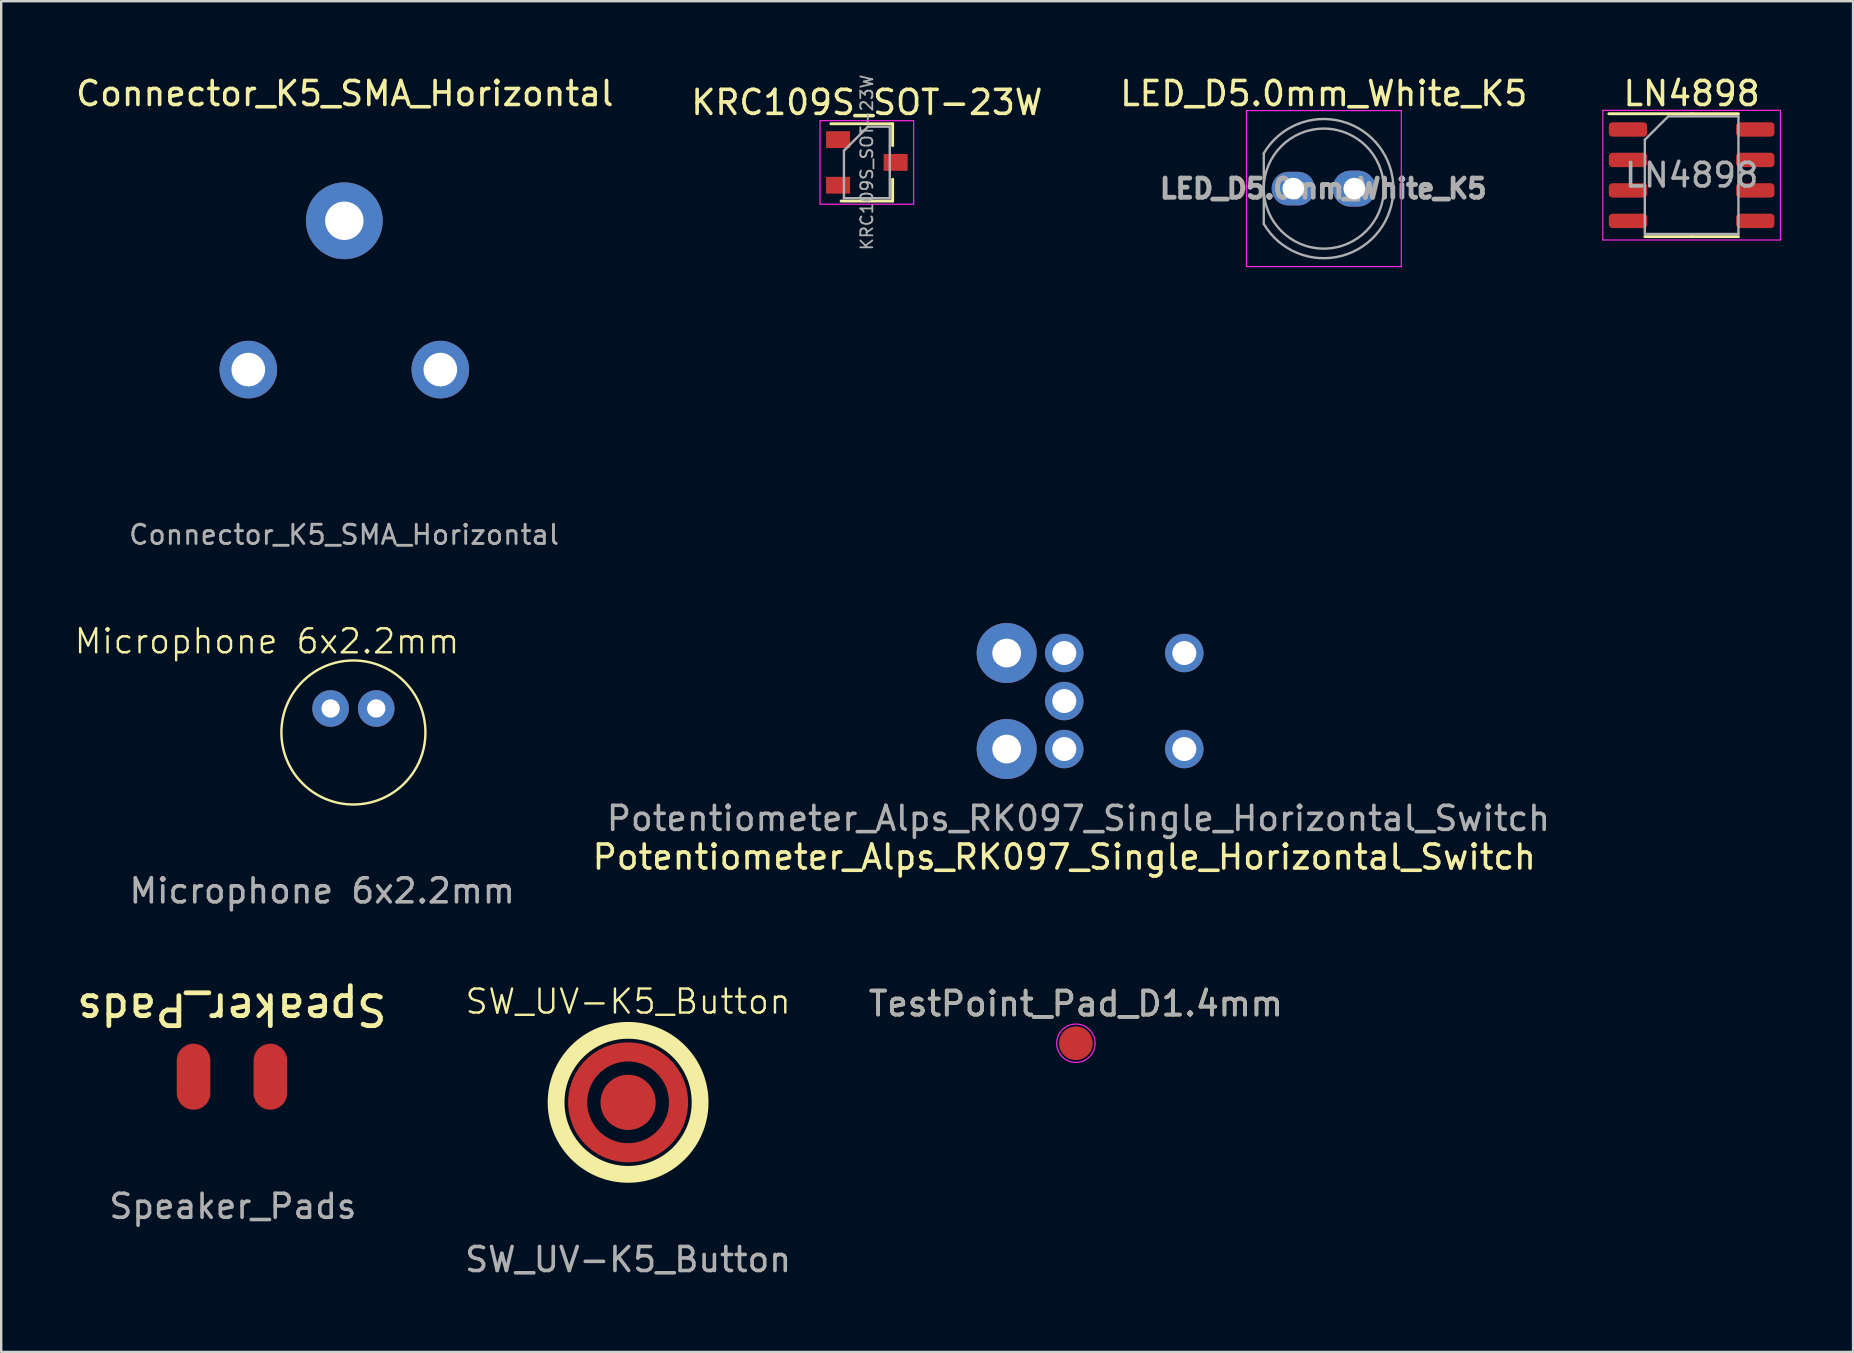
<source format=kicad_pcb>
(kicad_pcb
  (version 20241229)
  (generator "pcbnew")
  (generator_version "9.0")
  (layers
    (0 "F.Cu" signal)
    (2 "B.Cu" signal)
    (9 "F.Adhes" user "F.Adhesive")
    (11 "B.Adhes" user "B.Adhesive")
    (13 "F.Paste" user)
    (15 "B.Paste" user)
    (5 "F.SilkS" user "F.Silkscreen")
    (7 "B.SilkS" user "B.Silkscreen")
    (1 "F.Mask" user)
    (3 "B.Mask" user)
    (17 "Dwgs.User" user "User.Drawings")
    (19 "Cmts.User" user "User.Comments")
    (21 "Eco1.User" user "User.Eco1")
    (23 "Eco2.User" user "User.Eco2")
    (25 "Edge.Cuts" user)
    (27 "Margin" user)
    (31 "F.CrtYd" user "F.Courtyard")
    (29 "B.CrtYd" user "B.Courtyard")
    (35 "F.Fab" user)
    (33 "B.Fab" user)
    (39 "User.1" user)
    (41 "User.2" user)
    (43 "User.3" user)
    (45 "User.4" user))
  (footprint "Microphone 6x2.2mm"
    (layer "F.Cu")
    (at 11.674 27.467)
    (property "Reference" "Microphone 6x2.2mm" (at -3.6 -3.8 0) (unlocked yes) (layer "F.SilkS") (effects (font (size 1 1) (thickness 0.1))))
    (attr through_hole)
    (fp_circle (center 0 0) (end 3 0) (stroke (width 0.1) (type default)) (fill no) (layer "F.SilkS"))
    (fp_text user "${REFERENCE}" (at -1.3 6.6 0) (unlocked yes) (layer "F.Fab") (effects (font (size 1 1) (thickness 0.15))))
    (pad "1" thru_hole circle (at -0.95 -1) (size 1.524 1.524) (drill 0.762) (layers "*.Cu" "*.Mask"))
    (pad "2" thru_hole circle (at 0.95 -1) (size 1.524 1.524) (drill 0.762) (layers "*.Cu" "*.Mask")))
  (footprint "Speaker_Pads"
    (layer "F.Cu")
    (at 6.614 41.808)
    (property "Reference" "Speaker_Pads" (at -0.01 -2.81 180) (unlocked yes) (layer "F.SilkS") (effects (font (size 1.25 1.25) (thickness 0.2))))
    (attr smd)
    (fp_text user "${REFERENCE}" (at 0.04 5.4 0) (unlocked yes) (layer "F.Fab") (effects (font (size 1 1) (thickness 0.15))))
    (pad "1" smd oval (at -1.6 0) (size 1.4 2.75) (layers "F.Cu" "F.Mask" "F.Paste"))
    (pad "2" smd oval (at 1.6 0) (size 1.4 2.75) (layers "F.Cu" "F.Mask" "F.Paste")))
  (footprint "LN4898"
    (layer "F.Cu")
    (at 67.427 4.248)
    (property "Reference" "LN4898" (at 0 -3.4 0) (layer "F.SilkS") (effects (font (size 1 1) (thickness 0.15))))
    (attr smd)
    (fp_line (start 0 -2.56) (end -3.45 -2.56) (stroke (width 0.12) (type solid)) (layer "F.SilkS"))
    (fp_line (start 0 -2.56) (end 1.95 -2.56) (stroke (width 0.12) (type solid)) (layer "F.SilkS"))
    (fp_line (start 0 2.56) (end -1.95 2.56) (stroke (width 0.12) (type solid)) (layer "F.SilkS"))
    (fp_line (start 0 2.56) (end 1.95 2.56) (stroke (width 0.12) (type solid)) (layer "F.SilkS"))
    (fp_line (start -3.7 -2.7) (end -3.7 2.7) (stroke (width 0.05) (type solid)) (layer "F.CrtYd"))
    (fp_line (start -3.7 2.7) (end 3.7 2.7) (stroke (width 0.05) (type solid)) (layer "F.CrtYd"))
    (fp_line (start 3.7 -2.7) (end -3.7 -2.7) (stroke (width 0.05) (type solid)) (layer "F.CrtYd"))
    (fp_line (start 3.7 2.7) (end 3.7 -2.7) (stroke (width 0.05) (type solid)) (layer "F.CrtYd"))
    (fp_line (start -1.95 -1.475) (end -0.975 -2.45) (stroke (width 0.1) (type solid)) (layer "F.Fab"))
    (fp_line (start -1.95 2.45) (end -1.95 -1.475) (stroke (width 0.1) (type solid)) (layer "F.Fab"))
    (fp_line (start -0.975 -2.45) (end 1.95 -2.45) (stroke (width 0.1) (type solid)) (layer "F.Fab"))
    (fp_line (start 1.95 -2.45) (end 1.95 2.45) (stroke (width 0.1) (type solid)) (layer "F.Fab"))
    (fp_line (start 1.95 2.45) (end -1.95 2.45) (stroke (width 0.1) (type solid)) (layer "F.Fab"))
    (fp_text user "${REFERENCE}" (at 0 0 0) (layer "F.Fab") (effects (font (size 0.98 0.98) (thickness 0.15))))
    (pad "1" smd roundrect (at -2.65 -1.905) (size 1.6 0.6) (layers "F.Cu" "F.Mask" "F.Paste") (roundrect_rratio 0.25))
    (pad "2" smd roundrect (at -2.65 -0.635) (size 1.6 0.6) (layers "F.Cu" "F.Mask" "F.Paste") (roundrect_rratio 0.25))
    (pad "3" smd roundrect (at -2.65 0.635) (size 1.6 0.6) (layers "F.Cu" "F.Mask" "F.Paste") (roundrect_rratio 0.25))
    (pad "4" smd roundrect (at -2.65 1.905) (size 1.6 0.6) (layers "F.Cu" "F.Mask" "F.Paste") (roundrect_rratio 0.25))
    (pad "5" smd roundrect (at 2.65 1.905) (size 1.6 0.6) (layers "F.Cu" "F.Mask" "F.Paste") (roundrect_rratio 0.25))
    (pad "6" smd roundrect (at 2.65 0.635) (size 1.6 0.6) (layers "F.Cu" "F.Mask" "F.Paste") (roundrect_rratio 0.25))
    (pad "7" smd roundrect (at 2.65 -0.635) (size 1.6 0.6) (layers "F.Cu" "F.Mask" "F.Paste") (roundrect_rratio 0.25))
    (pad "8" smd roundrect (at 2.65 -1.905) (size 1.6 0.6) (layers "F.Cu" "F.Mask" "F.Paste") (roundrect_rratio 0.25)))
  (footprint "KRC109S_SOT-23W"
    (layer "F.Cu")
    (at 33.065 3.717)
    (property "Reference" "KRC109S_SOT-23W" (at 0 -2.5 0) (layer "F.SilkS") (effects (font (size 1 1) (thickness 0.15))))
    (attr smd)
    (fp_line (start -1.5 -1.61) (end 1.075 -1.61) (stroke (width 0.12) (type solid)) (layer "F.SilkS"))
    (fp_line (start -1.075 1.61) (end 1.075 1.61) (stroke (width 0.12) (type solid)) (layer "F.SilkS"))
    (fp_line (start 1.075 -1.61) (end 1.075 -0.7) (stroke (width 0.12) (type solid)) (layer "F.SilkS"))
    (fp_line (start 1.075 0.7) (end 1.075 1.61) (stroke (width 0.12) (type solid)) (layer "F.SilkS"))
    (fp_line (start -1.95 -1.74) (end 1.95 -1.74) (stroke (width 0.05) (type solid)) (layer "F.CrtYd"))
    (fp_line (start -1.95 1.74) (end -1.95 -1.74) (stroke (width 0.05) (type solid)) (layer "F.CrtYd"))
    (fp_line (start 1.95 -1.74) (end 1.95 1.74) (stroke (width 0.05) (type solid)) (layer "F.CrtYd"))
    (fp_line (start 1.95 1.74) (end -1.95 1.74) (stroke (width 0.05) (type solid)) (layer "F.CrtYd"))
    (fp_line (start -0.955 -0.49) (end -0.955 1.49) (stroke (width 0.1) (type solid)) (layer "F.Fab"))
    (fp_line (start -0.955 -0.49) (end 0.045 -1.49) (stroke (width 0.1) (type solid)) (layer "F.Fab"))
    (fp_line (start -0.955 1.49) (end 0.955 1.49) (stroke (width 0.1) (type solid)) (layer "F.Fab"))
    (fp_line (start 0.045 -1.49) (end 0.955 -1.49) (stroke (width 0.1) (type solid)) (layer "F.Fab"))
    (fp_line (start 0.955 -1.49) (end 0.955 1.49) (stroke (width 0.1) (type solid)) (layer "F.Fab"))
    (fp_text user "${REFERENCE}" (at 0 0 90) (layer "F.Fab") (effects (font (size 0.5 0.5) (thickness 0.075))))
    (pad "1" smd rect (at -1.2 0.95) (size 1 0.7) (layers "F.Cu" "F.Mask" "F.Paste"))
    (pad "2" smd rect (at -1.2 -0.95) (size 1 0.7) (layers "F.Cu" "F.Mask" "F.Paste"))
    (pad "3" smd rect (at 1.2 0) (size 1 0.7) (layers "F.Cu" "F.Mask" "F.Paste")))
  (footprint "SW_UV-K5_Button"
    (layer "F.Cu")
    (at 23.118 42.876)
    (property "Reference" "SW_UV-K5_Button" (at 0 -4.2 0) (unlocked yes) (layer "F.SilkS") (effects (font (size 1 1) (thickness 0.1))))
    (attr smd)
    (fp_circle (center 0 0) (end 3 0) (stroke (width 0.7) (type default)) (fill no) (layer "F.SilkS"))
    (fp_text user "${REFERENCE}" (at 0 6.55 0) (unlocked yes) (layer "F.Fab") (effects (font (size 1 1) (thickness 0.15))))
    (pad "1" smd circle (at 0 0) (size 2.3 2.3) (layers "F.Cu" "F.Mask" "F.Paste"))
    (pad "2" smd custom (at 0 -2.1) (size 0.76 0.76) (layers "F.Cu" "F.Mask" "F.Paste") (options (anchor circle)) (primitives (gr_circle (center 0 2.1) (end 2.1 2.1) (width 0.8) (fill no)))))
  (footprint "Potentiometer_Alps_RK097_Single_Horizontal_Switch"
    (layer "F.Cu")
    (at 41.29 24.157)
    (property "Reference" "Potentiometer_Alps_RK097_Single_Horizontal_Switch" (at 0 8.5 180) (layer "F.SilkS") (effects (font (size 1 1) (thickness 0.15))))
    (attr through_hole)
    (fp_text user "${REFERENCE}" (at 0.59 6.89 180) (layer "F.Fab") (effects (font (size 1 1) (thickness 0.15))))
    (pad "1" thru_hole circle (at 0 4 180) (size 1.6 1.6) (drill 1) (layers "*.Cu" "*.Mask"))
    (pad "2" thru_hole circle (at 0 2 180) (size 1.6 1.6) (drill 1) (layers "*.Cu" "*.Mask"))
    (pad "3" thru_hole circle (at 0 0 180) (size 1.6 1.6) (drill 1) (layers "*.Cu" "*.Mask"))
    (pad "4" thru_hole circle (at 5 0 180) (size 1.6 1.6) (drill 1) (layers "*.Cu" "*.Mask"))
    (pad "5" thru_hole circle (at 5 4 180) (size 1.6 1.6) (drill 1) (layers "*.Cu" "*.Mask"))
    (pad "6" thru_hole circle (at -2.4 0 180) (size 2.5 2.5) (drill 1.2) (layers "*.Cu" "*.Mask"))
    (pad "7" thru_hole circle (at -2.4 4 180) (size 2.5 2.5) (drill 1.2) (layers "*.Cu" "*.Mask")))
  (footprint "Connector_K5_SMA_Horizontal"
    (layer "F.Cu")
    (at 11.295 9.748)
    (property "Reference" "Connector_K5_SMA_Horizontal" (at 0.02 -8.9 0) (layer "F.SilkS") (effects (font (size 1 1) (thickness 0.15))))
    (attr through_hole)
    (fp_text user "${REFERENCE}" (at -0.01 9.48 0) (layer "F.Fab") (effects (font (size 0.8 0.8) (thickness 0.12))))
    (pad "1" thru_hole circle (at 0 -3.6) (size 3.2 3.2) (drill 1.6) (layers "*.Cu" "*.Mask"))
    (pad "2" thru_hole circle (at -4 2.6) (size 2.4 2.4) (drill 1.4) (layers "*.Cu" "*.Mask"))
    (pad "2" thru_hole circle (at 4 2.6) (size 2.4 2.4) (drill 1.4) (layers "*.Cu" "*.Mask")))
  (footprint "LED_D5.0mm_White_K5"
    (layer "F.Cu")
    (at 50.831 4.808)
    (property "Reference" "LED_D5.0mm_White_K5" (at 1.27 -3.96 0) (layer "F.SilkS") (effects (font (size 1 1) (thickness 0.15))))
    (attr through_hole)
    (fp_line (start -1.95 -3.25) (end -1.95 3.25) (stroke (width 0.05) (type solid)) (layer "F.CrtYd"))
    (fp_line (start -1.95 3.25) (end 4.5 3.25) (stroke (width 0.05) (type solid)) (layer "F.CrtYd"))
    (fp_line (start 4.5 -3.25) (end -1.95 -3.25) (stroke (width 0.05) (type solid)) (layer "F.CrtYd"))
    (fp_line (start 4.5 3.25) (end 4.5 -3.25) (stroke (width 0.05) (type solid)) (layer "F.CrtYd"))
    (fp_line (start -1.23 -1.47) (end -1.23 1.47) (stroke (width 0.1) (type solid)) (layer "F.Fab"))
    (fp_arc (start -1.23 -1.469694) (mid 4.17 0.000016) (end -1.230016 1.469666) (stroke (width 0.1) (type solid)) (layer "F.Fab"))
    (fp_circle (center 1.27 0) (end 3.77 0) (stroke (width 0.1) (type solid)) (fill no) (layer "F.Fab"))
    (fp_text user "${REFERENCE}" (at 1.25 0 0) (layer "F.Fab") (effects (font (size 0.8 0.8) (thickness 0.2))))
    (pad "1" thru_hole oval (at 0 0) (size 1.8 1.4) (drill 0.9) (layers "*.Cu" "*.Mask"))
    (pad "2" thru_hole oval (at 2.54 0) (size 1.8 1.5) (drill 0.9) (layers "*.Cu" "*.Mask")))
  (footprint "TestPoint_Pad_D1.4mm"
    (layer "F.Cu")
    (at 41.773 40.414)
    (property "Reference" "TestPoint_Pad_D1.4mm" (at 0 -1.648 0) (layer "F.SilkS") (effects (font (size 1 1) (thickness 0.15))))
    (attr exclude_from_pos_files exclude_from_bom)
    (fp_circle (center 0 0) (end 0.8 0) (stroke (width 0.05) (type solid)) (fill no) (layer "F.CrtYd"))
    (fp_text user "${REFERENCE}" (at 0 -1.65 0) (layer "F.Fab") (effects (font (size 1 1) (thickness 0.15))))
    (pad "1" smd circle (at 0 0) (size 1.4 1.4) (layers "F.Cu" "F.Mask")))
  (gr_rect
    (start -3 -3)
    (end 74.152 53.274)
    (stroke (width 0.1) (type default))
    (fill no)
    (layer "Edge.Cuts")))
</source>
